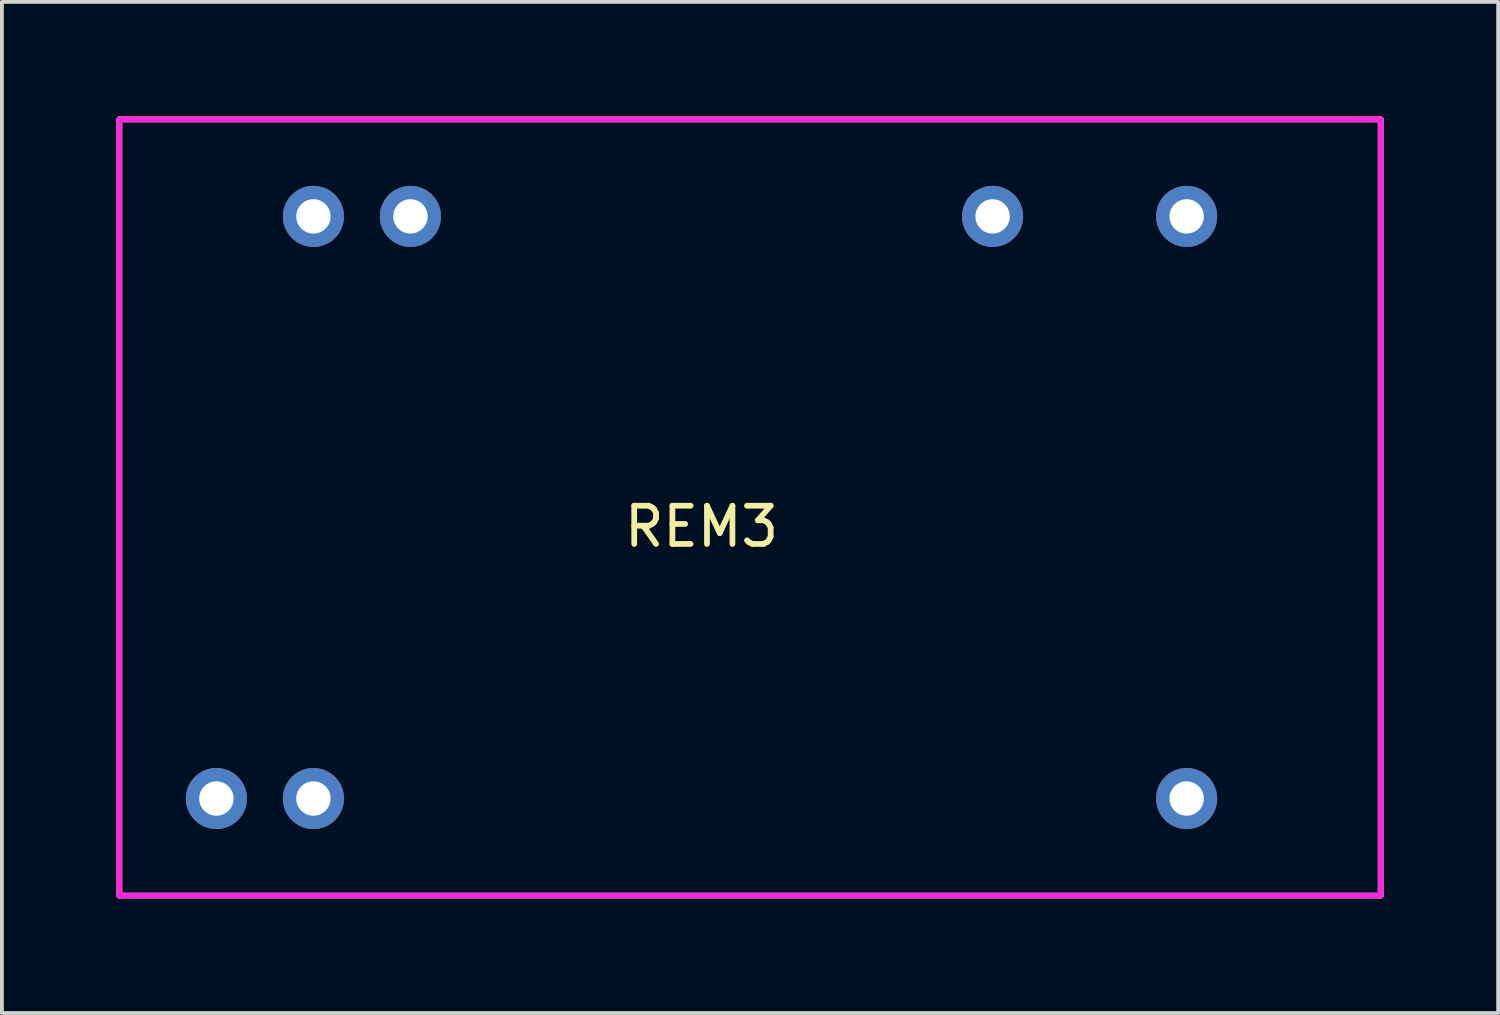
<source format=kicad_pcb>
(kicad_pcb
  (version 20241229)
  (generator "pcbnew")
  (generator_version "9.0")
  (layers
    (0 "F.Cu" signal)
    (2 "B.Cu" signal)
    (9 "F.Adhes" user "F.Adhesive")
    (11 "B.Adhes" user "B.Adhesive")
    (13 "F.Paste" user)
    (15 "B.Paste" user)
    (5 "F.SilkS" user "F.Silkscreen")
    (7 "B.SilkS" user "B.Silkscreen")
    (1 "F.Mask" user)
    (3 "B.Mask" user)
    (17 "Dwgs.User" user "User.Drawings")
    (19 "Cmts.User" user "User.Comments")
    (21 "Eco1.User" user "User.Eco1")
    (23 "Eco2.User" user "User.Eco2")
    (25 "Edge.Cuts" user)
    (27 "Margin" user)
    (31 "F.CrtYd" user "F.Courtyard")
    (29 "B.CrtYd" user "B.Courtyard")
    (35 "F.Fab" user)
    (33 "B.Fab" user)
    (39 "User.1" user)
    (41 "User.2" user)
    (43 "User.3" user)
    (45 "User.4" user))
  (footprint "REM3"
    (layer "F.Cu")
    (at 15.315 10.235)
    (property "Reference" "REM3" (at 0 0.5 0) (layer "F.SilkS") (effects (font (size 1 1) (thickness 0.15))))
    (attr through_hole)
    (fp_line (start -15.24 -10.16) (end 17.78 -10.16) (stroke (width 0.15) (type solid)) (layer "F.SilkS"))
    (fp_line (start -15.24 10.16) (end -15.24 -10.16) (stroke (width 0.15) (type solid)) (layer "F.SilkS"))
    (fp_line (start 17.78 -10.16) (end 17.78 10.16) (stroke (width 0.15) (type solid)) (layer "F.SilkS"))
    (fp_line (start 17.78 10.16) (end -15.24 10.16) (stroke (width 0.15) (type solid)) (layer "F.SilkS"))
    (fp_line (start -15.24 -10.16) (end -15.24 10.16) (stroke (width 0.15) (type solid)) (layer "F.CrtYd"))
    (fp_line (start -15.24 10.16) (end 17.78 10.16) (stroke (width 0.15) (type solid)) (layer "F.CrtYd"))
    (fp_line (start 17.78 -10.16) (end -15.24 -10.16) (stroke (width 0.15) (type solid)) (layer "F.CrtYd"))
    (fp_line (start 17.78 10.16) (end 17.78 -10.16) (stroke (width 0.15) (type solid)) (layer "F.CrtYd"))
    (pad "1" thru_hole circle (at -12.7 7.62) (size 1.6 1.6) (drill 0.9) (layers "*.Cu" "*.Mask"))
    (pad "2" thru_hole circle (at -10.16 7.62) (size 1.6 1.6) (drill 0.9) (layers "*.Cu" "*.Mask"))
    (pad "11" thru_hole circle (at 12.7 7.62) (size 1.6 1.6) (drill 0.9) (layers "*.Cu" "*.Mask"))
    (pad "14" thru_hole circle (at 12.7 -7.62) (size 1.6 1.6) (drill 0.9) (layers "*.Cu" "*.Mask"))
    (pad "16" thru_hole circle (at 7.62 -7.62) (size 1.6 1.6) (drill 0.9) (layers "*.Cu" "*.Mask"))
    (pad "22" thru_hole circle (at -7.62 -7.62) (size 1.6 1.6) (drill 0.9) (layers "*.Cu" "*.Mask"))
    (pad "23" thru_hole circle (at -10.16 -7.62) (size 1.6 1.6) (drill 0.9) (layers "*.Cu" "*.Mask")))
  (gr_rect
    (start -3 -3)
    (end 36.17 23.47)
    (stroke (width 0.1) (type default))
    (fill no)
    (layer "Edge.Cuts")))
</source>
